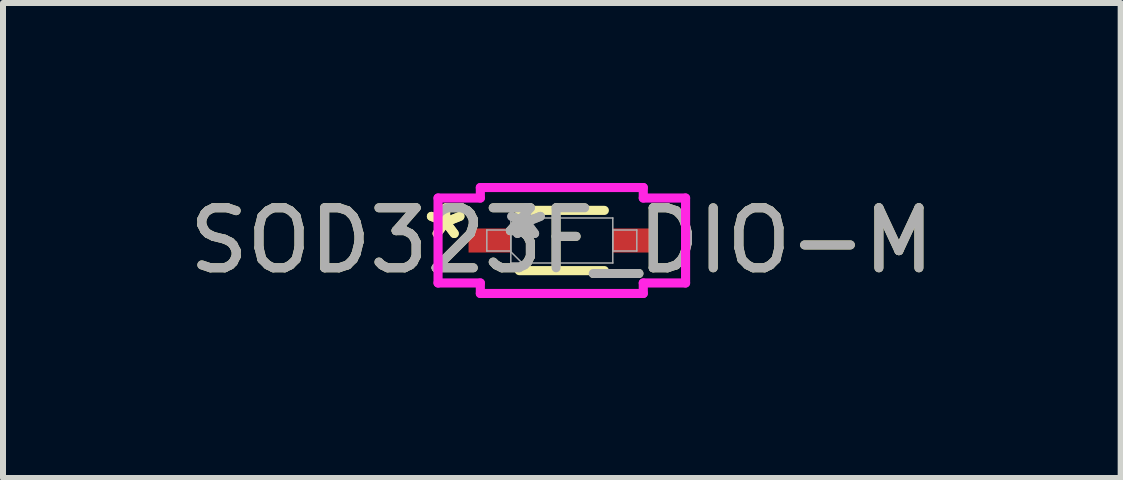
<source format=kicad_pcb>
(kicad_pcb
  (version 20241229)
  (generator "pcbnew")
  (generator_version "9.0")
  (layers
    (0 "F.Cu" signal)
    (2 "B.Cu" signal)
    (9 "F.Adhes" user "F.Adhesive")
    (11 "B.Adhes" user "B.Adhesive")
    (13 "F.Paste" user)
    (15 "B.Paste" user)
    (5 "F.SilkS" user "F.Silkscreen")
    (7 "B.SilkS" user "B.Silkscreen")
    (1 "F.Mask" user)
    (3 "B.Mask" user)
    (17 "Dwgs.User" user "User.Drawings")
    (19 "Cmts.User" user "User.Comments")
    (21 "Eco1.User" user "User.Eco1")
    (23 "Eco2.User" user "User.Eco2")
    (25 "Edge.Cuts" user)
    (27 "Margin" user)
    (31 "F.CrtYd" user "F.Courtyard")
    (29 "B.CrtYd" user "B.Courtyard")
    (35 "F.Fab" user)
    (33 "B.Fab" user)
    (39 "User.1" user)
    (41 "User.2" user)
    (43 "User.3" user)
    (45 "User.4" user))
  (footprint "SOD323F_DIO-M"
    (layer "F.Cu")
    (at 6.315 0.959)
    (property "Reference" "SOD323F_DIO-M" (at 0 0 0) (unlocked yes) (layer "F.SilkS") (effects (font (size 1 1) (thickness 0.15))))
    (attr smd)
    (fp_line (start -0.709 0.502) (end 0.709 0.502) (stroke (width 0.152) (type solid)) (layer "F.SilkS"))
    (fp_line (start 0.709 -0.502) (end -0.709 -0.502) (stroke (width 0.152) (type solid)) (layer "F.SilkS"))
    (fp_line (start -2.063 -0.708) (end -1.358 -0.708) (stroke (width 0.152) (type solid)) (layer "F.CrtYd"))
    (fp_line (start -2.063 0.708) (end -2.063 -0.708) (stroke (width 0.152) (type solid)) (layer "F.CrtYd"))
    (fp_line (start -1.358 -0.883) (end 1.358 -0.883) (stroke (width 0.152) (type solid)) (layer "F.CrtYd"))
    (fp_line (start -1.358 -0.708) (end -1.358 -0.883) (stroke (width 0.152) (type solid)) (layer "F.CrtYd"))
    (fp_line (start -1.358 0.708) (end -2.063 0.708) (stroke (width 0.152) (type solid)) (layer "F.CrtYd"))
    (fp_line (start -1.358 0.883) (end -1.358 0.708) (stroke (width 0.152) (type solid)) (layer "F.CrtYd"))
    (fp_line (start 1.358 -0.883) (end 1.358 -0.708) (stroke (width 0.152) (type solid)) (layer "F.CrtYd"))
    (fp_line (start 1.358 -0.708) (end 2.063 -0.708) (stroke (width 0.152) (type solid)) (layer "F.CrtYd"))
    (fp_line (start 1.358 0.708) (end 1.358 0.883) (stroke (width 0.152) (type solid)) (layer "F.CrtYd"))
    (fp_line (start 1.358 0.883) (end -1.358 0.883) (stroke (width 0.152) (type solid)) (layer "F.CrtYd"))
    (fp_line (start 2.063 -0.708) (end 2.063 0.708) (stroke (width 0.152) (type solid)) (layer "F.CrtYd"))
    (fp_line (start 2.063 0.708) (end 1.358 0.708) (stroke (width 0.152) (type solid)) (layer "F.CrtYd"))
    (fp_line (start -1.25 -0.175) (end -1.25 0.175) (stroke (width 0.025) (type solid)) (layer "F.Fab"))
    (fp_line (start -1.25 0.175) (end -0.85 0.175) (stroke (width 0.025) (type solid)) (layer "F.Fab"))
    (fp_line (start -0.85 -0.375) (end -0.85 0.375) (stroke (width 0.025) (type solid)) (layer "F.Fab"))
    (fp_line (start -0.85 -0.188) (end -0.662 -0.375) (stroke (width 0.025) (type solid)) (layer "F.Fab"))
    (fp_line (start -0.85 -0.175) (end -1.25 -0.175) (stroke (width 0.025) (type solid)) (layer "F.Fab"))
    (fp_line (start -0.85 0.175) (end -0.85 -0.175) (stroke (width 0.025) (type solid)) (layer "F.Fab"))
    (fp_line (start -0.85 0.188) (end -0.662 0.375) (stroke (width 0.025) (type solid)) (layer "F.Fab"))
    (fp_line (start -0.85 0.375) (end 0.85 0.375) (stroke (width 0.025) (type solid)) (layer "F.Fab"))
    (fp_line (start 0.85 -0.375) (end -0.85 -0.375) (stroke (width 0.025) (type solid)) (layer "F.Fab"))
    (fp_line (start 0.85 -0.175) (end 0.85 0.175) (stroke (width 0.025) (type solid)) (layer "F.Fab"))
    (fp_line (start 0.85 0.175) (end 1.25 0.175) (stroke (width 0.025) (type solid)) (layer "F.Fab"))
    (fp_line (start 0.85 0.375) (end 0.85 -0.375) (stroke (width 0.025) (type solid)) (layer "F.Fab"))
    (fp_line (start 1.25 -0.175) (end 0.85 -0.175) (stroke (width 0.025) (type solid)) (layer "F.Fab"))
    (fp_line (start 1.25 0.175) (end 1.25 -0.175) (stroke (width 0.025) (type solid)) (layer "F.Fab"))
    (fp_text user "*" (at -1.936 0 0) (unlocked yes) (layer "F.SilkS") (effects (font (size 1 1) (thickness 0.15))))
    (fp_text user "*" (at -1.936 0 0) (layer "F.SilkS") (effects (font (size 1 1) (thickness 0.15))))
    (fp_text user "*" (at -0.596 0 0) (unlocked yes) (layer "F.Fab") (effects (font (size 1 1) (thickness 0.15))))
    (fp_text user "*" (at -0.596 0 0) (layer "F.Fab") (effects (font (size 1 1) (thickness 0.15))))
    (fp_text user "${REFERENCE}" (at 0 0 0) (unlocked yes) (layer "F.Fab") (effects (font (size 1 1) (thickness 0.15))))
    (pad "1" smd rect (at -1.202 0) (size 0.705 0.401) (layers "F.Cu" "F.Mask" "F.Paste"))
    (pad "2" smd rect (at 1.202 0) (size 0.705 0.401) (layers "F.Cu" "F.Mask" "F.Paste"))
    (zone (net_name "") (layer "F.Cu") (hatch full 0.508) (connect_pads) (min_thickness 0.254) (filled_areas_thickness no) (keepout (tracks not_allowed) (vias not_allowed) (pads allowed) (copperpour not_allowed) (footprints allowed)) (placement (enabled no)) (fill) (polygon (pts (xy 5.516 0.635) (xy 7.115 0.635) (xy 7.115 1.283) (xy 5.516 1.283)))))
  (gr_rect
    (start -3 -3)
    (end 15.631 4.918)
    (stroke (width 0.1) (type default))
    (fill no)
    (layer "Edge.Cuts")))
</source>
